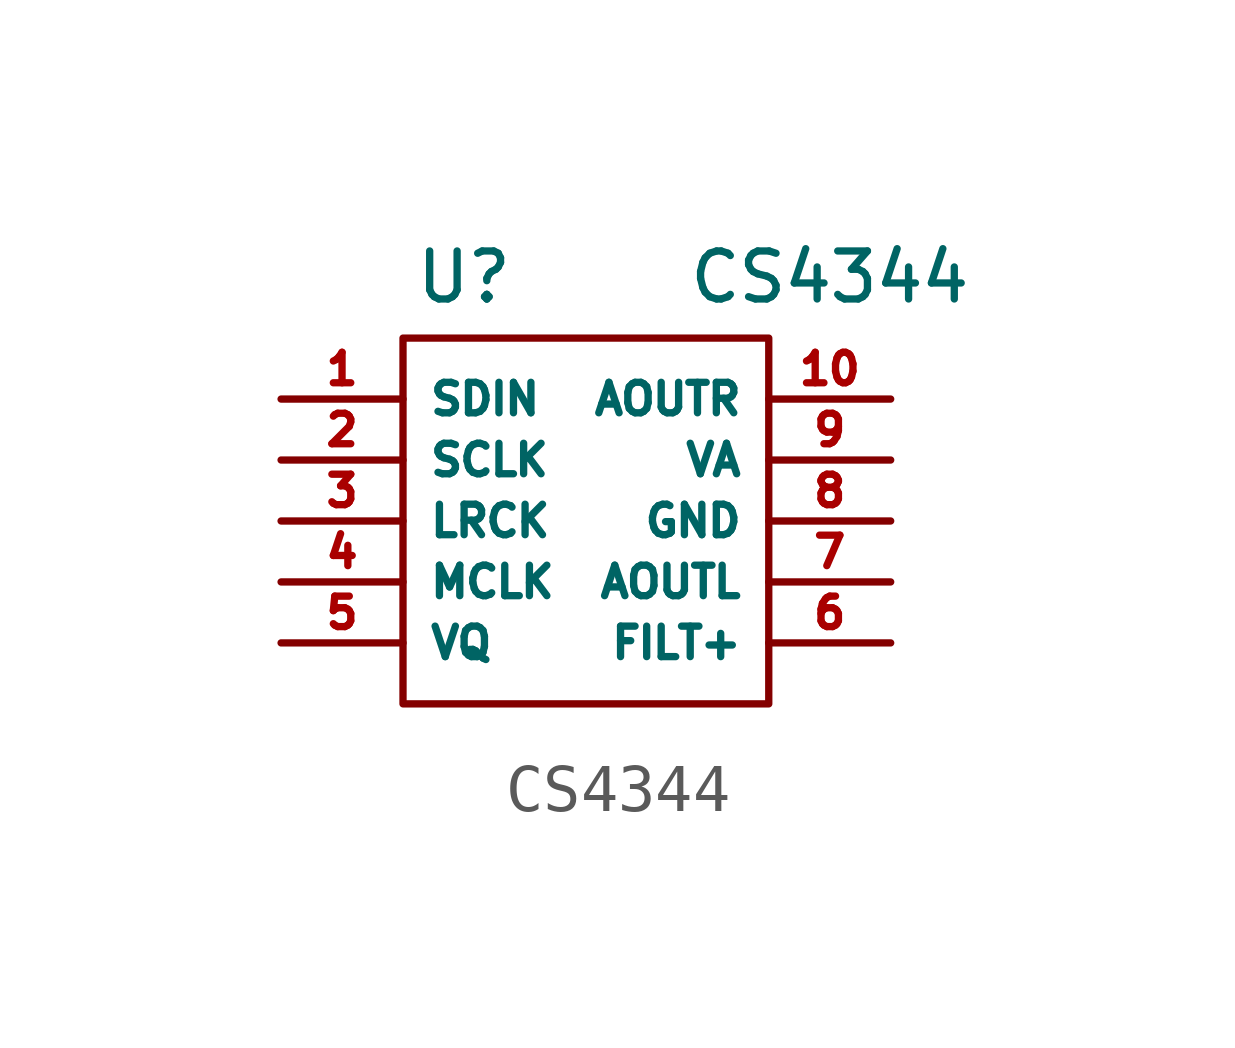
<source format=kicad_sym>
(kicad_symbol_lib
  (version 20220914)
  (generator kicad_symbol_editor)
  (symbol "CS4344"
    (property "Reference" "U"
      (at -2.54 5.08 0)
      (effects (font (size 1 1))))
    (property "Value" "CS4344"
      (at 5.08 5.08 0)
      (effects (font (size 1 1))))
    (symbol "CS4344_0_1"
      (rectangle (start -3.81 3.81) (end 3.81 -3.81) (stroke (width 0) (type default)) (fill (type none))))
    (symbol "CS4344_1_1"
      (pin input line (at -6.35 2.54 0) (length 2.54) (name "SDIN" (effects (font (size 0.635 0.635)))) (number "1" (effects (font (size 0.635 0.635)))))
      (pin output line (at 6.35 2.54 180) (length 2.54) (name "AOUTR" (effects (font (size 0.635 0.635)))) (number "10" (effects (font (size 0.635 0.635)))))
      (pin input line (at -6.35 1.27 0) (length 2.54) (name "SCLK" (effects (font (size 0.635 0.635)))) (number "2" (effects (font (size 0.635 0.635)))) (alternate "~{DEM}" input line))
      (pin input line (at -6.35 0 0) (length 2.54) (name "LRCK" (effects (font (size 0.635 0.635)))) (number "3" (effects (font (size 0.635 0.635)))))
      (pin input line (at -6.35 -1.27 0) (length 2.54) (name "MCLK" (effects (font (size 0.635 0.635)))) (number "4" (effects (font (size 0.635 0.635)))))
      (pin power_out line (at -6.35 -2.54 0) (length 2.54) (name "VQ" (effects (font (size 0.635 0.635)))) (number "5" (effects (font (size 0.635 0.635)))))
      (pin power_out line (at 6.35 -2.54 180) (length 2.54) (name "FILT+" (effects (font (size 0.635 0.635)))) (number "6" (effects (font (size 0.635 0.635)))))
      (pin output line (at 6.35 -1.27 180) (length 2.54) (name "AOUTL" (effects (font (size 0.635 0.635)))) (number "7" (effects (font (size 0.635 0.635)))))
      (pin power_in line (at 6.35 0 180) (length 2.54) (name "GND" (effects (font (size 0.635 0.635)))) (number "8" (effects (font (size 0.635 0.635)))))
      (pin power_in line (at 6.35 1.27 180) (length 2.54) (name "VA" (effects (font (size 0.635 0.635)))) (number "9" (effects (font (size 0.635 0.635))))))))
</source>
